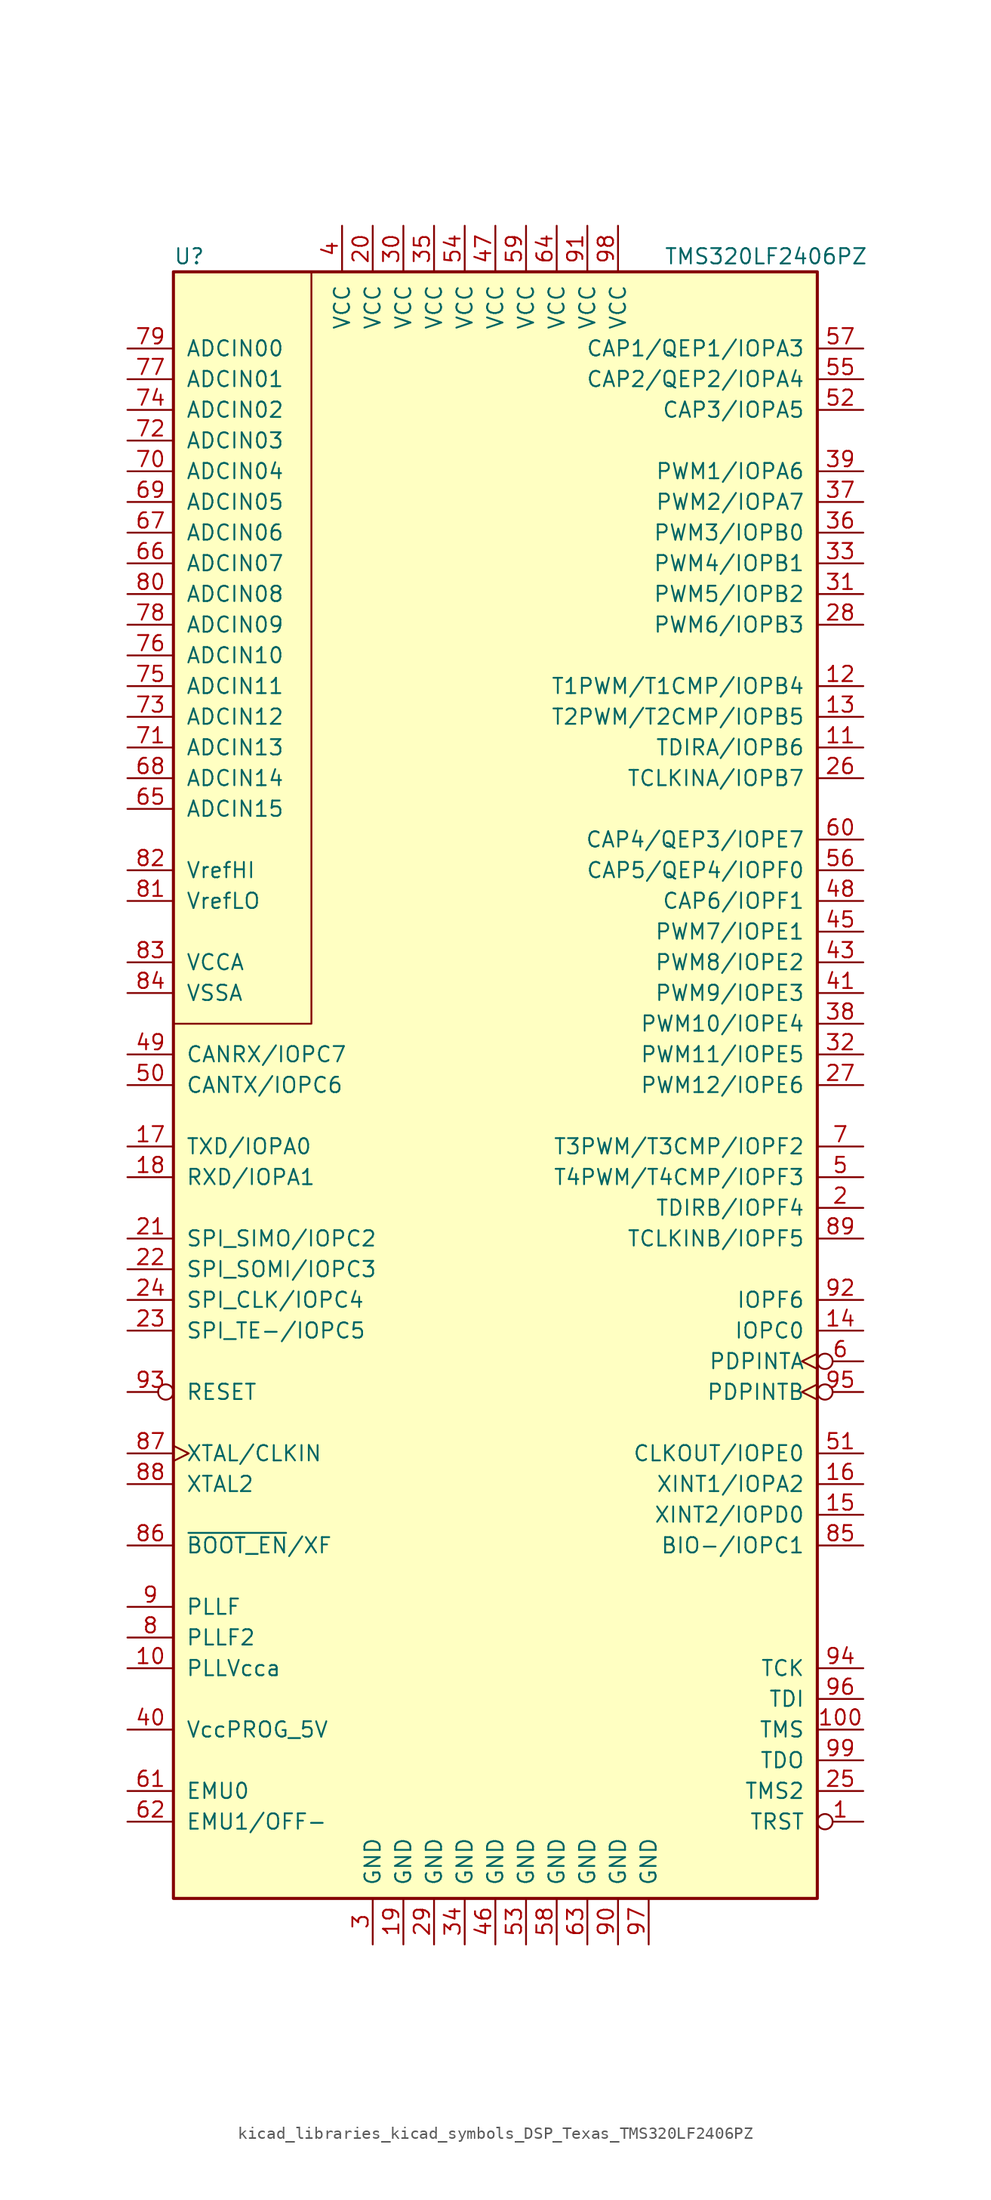
<source format=kicad_sym>
(kicad_symbol_lib
  (version 20220914)
  (generator kicad_symbol_editor)
  (symbol "kicad_libraries_kicad_symbols_DSP_Texas_TMS320LF2406PZ"
    (pin_names
      (offset 1.016))
    (property "Reference" "U"
      (at -26.67 66.04 0)
      (effects (font (size 1.27 1.27)) (justify left)))
    (property "Value" "TMS320LF2406PZ"
      (at 13.97 66.04 0)
      (effects (font (size 1.27 1.27)) (justify left)))
    (symbol "kicad_libraries_kicad_symbols_DSP_Texas_TMS320LF2406PZ_0_1"
      (rectangle (start -26.67 64.77) (end 26.67 -69.85) (stroke (width 0.254) (type default)) (fill (type background)))
      (polyline (pts (xy -15.24 64.77) (xy -15.24 2.54) (xy -22.86 2.54) (xy -26.67 2.54)) (stroke (width 0) (type default)) (fill (type none))))
    (symbol "kicad_libraries_kicad_symbols_DSP_Texas_TMS320LF2406PZ_1_1"
      (pin input inverted (at 30.48 -63.5 180) (length 3.81) (name "TRST" (effects (font (size 1.27 1.27)))) (number "1" (effects (font (size 1.27 1.27)))))
      (pin passive line (at -30.48 -50.8 0) (length 3.81) (name "PLLVcca" (effects (font (size 1.27 1.27)))) (number "10" (effects (font (size 1.27 1.27)))))
      (pin input line (at 30.48 -55.88 180) (length 3.81) (name "TMS" (effects (font (size 1.27 1.27)))) (number "100" (effects (font (size 1.27 1.27)))))
      (pin bidirectional line (at 30.48 25.4 180) (length 3.81) (name "TDIRA/IOPB6" (effects (font (size 1.27 1.27)))) (number "11" (effects (font (size 1.27 1.27)))))
      (pin bidirectional line (at 30.48 30.48 180) (length 3.81) (name "T1PWM/T1CMP/IOPB4" (effects (font (size 1.27 1.27)))) (number "12" (effects (font (size 1.27 1.27)))))
      (pin bidirectional line (at 30.48 27.94 180) (length 3.81) (name "T2PWM/T2CMP/IOPB5" (effects (font (size 1.27 1.27)))) (number "13" (effects (font (size 1.27 1.27)))))
      (pin bidirectional line (at 30.48 -22.86 180) (length 3.81) (name "IOPC0" (effects (font (size 1.27 1.27)))) (number "14" (effects (font (size 1.27 1.27)))))
      (pin bidirectional line (at 30.48 -38.1 180) (length 3.81) (name "XINT2/IOPD0" (effects (font (size 1.27 1.27)))) (number "15" (effects (font (size 1.27 1.27)))))
      (pin bidirectional line (at 30.48 -35.56 180) (length 3.81) (name "XINT1/IOPA2" (effects (font (size 1.27 1.27)))) (number "16" (effects (font (size 1.27 1.27)))))
      (pin bidirectional line (at -30.48 -7.62 0) (length 3.81) (name "TXD/IOPA0" (effects (font (size 1.27 1.27)))) (number "17" (effects (font (size 1.27 1.27)))))
      (pin bidirectional line (at -30.48 -10.16 0) (length 3.81) (name "RXD/IOPA1" (effects (font (size 1.27 1.27)))) (number "18" (effects (font (size 1.27 1.27)))))
      (pin power_in line (at -7.62 -73.66 90) (length 3.81) (name "GND" (effects (font (size 1.27 1.27)))) (number "19" (effects (font (size 1.27 1.27)))))
      (pin bidirectional line (at 30.48 -12.7 180) (length 3.81) (name "TDIRB/IOPF4" (effects (font (size 1.27 1.27)))) (number "2" (effects (font (size 1.27 1.27)))))
      (pin power_in line (at -10.16 68.58 270) (length 3.81) (name "VCC" (effects (font (size 1.27 1.27)))) (number "20" (effects (font (size 1.27 1.27)))))
      (pin bidirectional line (at -30.48 -15.24 0) (length 3.81) (name "SPI_SIMO/IOPC2" (effects (font (size 1.27 1.27)))) (number "21" (effects (font (size 1.27 1.27)))))
      (pin bidirectional line (at -30.48 -17.78 0) (length 3.81) (name "SPI_SOMI/IOPC3" (effects (font (size 1.27 1.27)))) (number "22" (effects (font (size 1.27 1.27)))))
      (pin bidirectional line (at -30.48 -22.86 0) (length 3.81) (name "SPI_TE-/IOPC5" (effects (font (size 1.27 1.27)))) (number "23" (effects (font (size 1.27 1.27)))))
      (pin bidirectional line (at -30.48 -20.32 0) (length 3.81) (name "SPI_CLK/IOPC4" (effects (font (size 1.27 1.27)))) (number "24" (effects (font (size 1.27 1.27)))))
      (pin input line (at 30.48 -60.96 180) (length 3.81) (name "TMS2" (effects (font (size 1.27 1.27)))) (number "25" (effects (font (size 1.27 1.27)))))
      (pin passive line (at 30.48 22.86 180) (length 3.81) (name "TCLKINA/IOPB7" (effects (font (size 1.27 1.27)))) (number "26" (effects (font (size 1.27 1.27)))))
      (pin bidirectional line (at 30.48 -2.54 180) (length 3.81) (name "PWM12/IOPE6" (effects (font (size 1.27 1.27)))) (number "27" (effects (font (size 1.27 1.27)))))
      (pin bidirectional line (at 30.48 35.56 180) (length 3.81) (name "PWM6/IOPB3" (effects (font (size 1.27 1.27)))) (number "28" (effects (font (size 1.27 1.27)))))
      (pin power_in line (at -5.08 -73.66 90) (length 3.81) (name "GND" (effects (font (size 1.27 1.27)))) (number "29" (effects (font (size 1.27 1.27)))))
      (pin power_in line (at -10.16 -73.66 90) (length 3.81) (name "GND" (effects (font (size 1.27 1.27)))) (number "3" (effects (font (size 1.27 1.27)))))
      (pin power_in line (at -7.62 68.58 270) (length 3.81) (name "VCC" (effects (font (size 1.27 1.27)))) (number "30" (effects (font (size 1.27 1.27)))))
      (pin bidirectional line (at 30.48 38.1 180) (length 3.81) (name "PWM5/IOPB2" (effects (font (size 1.27 1.27)))) (number "31" (effects (font (size 1.27 1.27)))))
      (pin bidirectional line (at 30.48 0 180) (length 3.81) (name "PWM11/IOPE5" (effects (font (size 1.27 1.27)))) (number "32" (effects (font (size 1.27 1.27)))))
      (pin bidirectional line (at 30.48 40.64 180) (length 3.81) (name "PWM4/IOPB1" (effects (font (size 1.27 1.27)))) (number "33" (effects (font (size 1.27 1.27)))))
      (pin power_in line (at -2.54 -73.66 90) (length 3.81) (name "GND" (effects (font (size 1.27 1.27)))) (number "34" (effects (font (size 1.27 1.27)))))
      (pin power_in line (at -5.08 68.58 270) (length 3.81) (name "VCC" (effects (font (size 1.27 1.27)))) (number "35" (effects (font (size 1.27 1.27)))))
      (pin bidirectional line (at 30.48 43.18 180) (length 3.81) (name "PWM3/IOPB0" (effects (font (size 1.27 1.27)))) (number "36" (effects (font (size 1.27 1.27)))))
      (pin bidirectional line (at 30.48 45.72 180) (length 3.81) (name "PWM2/IOPA7" (effects (font (size 1.27 1.27)))) (number "37" (effects (font (size 1.27 1.27)))))
      (pin bidirectional line (at 30.48 2.54 180) (length 3.81) (name "PWM10/IOPE4" (effects (font (size 1.27 1.27)))) (number "38" (effects (font (size 1.27 1.27)))))
      (pin bidirectional line (at 30.48 48.26 180) (length 3.81) (name "PWM1/IOPA6" (effects (font (size 1.27 1.27)))) (number "39" (effects (font (size 1.27 1.27)))))
      (pin power_in line (at -12.7 68.58 270) (length 3.81) (name "VCC" (effects (font (size 1.27 1.27)))) (number "4" (effects (font (size 1.27 1.27)))))
      (pin passive line (at -30.48 -55.88 0) (length 3.81) (name "VccPROG_5V" (effects (font (size 1.27 1.27)))) (number "40" (effects (font (size 1.27 1.27)))))
      (pin bidirectional line (at 30.48 5.08 180) (length 3.81) (name "PWM9/IOPE3" (effects (font (size 1.27 1.27)))) (number "41" (effects (font (size 1.27 1.27)))))
      (pin bidirectional line (at 30.48 7.62 180) (length 3.81) (name "PWM8/IOPE2" (effects (font (size 1.27 1.27)))) (number "43" (effects (font (size 1.27 1.27)))))
      (pin bidirectional line (at 30.48 10.16 180) (length 3.81) (name "PWM7/IOPE1" (effects (font (size 1.27 1.27)))) (number "45" (effects (font (size 1.27 1.27)))))
      (pin power_in line (at 0 -73.66 90) (length 3.81) (name "GND" (effects (font (size 1.27 1.27)))) (number "46" (effects (font (size 1.27 1.27)))))
      (pin power_in line (at 0 68.58 270) (length 3.81) (name "VCC" (effects (font (size 1.27 1.27)))) (number "47" (effects (font (size 1.27 1.27)))))
      (pin bidirectional line (at 30.48 12.7 180) (length 3.81) (name "CAP6/IOPF1" (effects (font (size 1.27 1.27)))) (number "48" (effects (font (size 1.27 1.27)))))
      (pin bidirectional line (at -30.48 0 0) (length 3.81) (name "CANRX/IOPC7" (effects (font (size 1.27 1.27)))) (number "49" (effects (font (size 1.27 1.27)))))
      (pin bidirectional line (at 30.48 -10.16 180) (length 3.81) (name "T4PWM/T4CMP/IOPF3" (effects (font (size 1.27 1.27)))) (number "5" (effects (font (size 1.27 1.27)))))
      (pin bidirectional line (at -30.48 -2.54 0) (length 3.81) (name "CANTX/IOPC6" (effects (font (size 1.27 1.27)))) (number "50" (effects (font (size 1.27 1.27)))))
      (pin bidirectional line (at 30.48 -33.02 180) (length 3.81) (name "CLKOUT/IOPE0" (effects (font (size 1.27 1.27)))) (number "51" (effects (font (size 1.27 1.27)))))
      (pin bidirectional line (at 30.48 53.34 180) (length 3.81) (name "CAP3/IOPA5" (effects (font (size 1.27 1.27)))) (number "52" (effects (font (size 1.27 1.27)))))
      (pin power_in line (at 2.54 -73.66 90) (length 3.81) (name "GND" (effects (font (size 1.27 1.27)))) (number "53" (effects (font (size 1.27 1.27)))))
      (pin power_in line (at -2.54 68.58 270) (length 3.81) (name "VCC" (effects (font (size 1.27 1.27)))) (number "54" (effects (font (size 1.27 1.27)))))
      (pin bidirectional line (at 30.48 55.88 180) (length 3.81) (name "CAP2/QEP2/IOPA4" (effects (font (size 1.27 1.27)))) (number "55" (effects (font (size 1.27 1.27)))))
      (pin passive line (at 30.48 15.24 180) (length 3.81) (name "CAP5/QEP4/IOPF0" (effects (font (size 1.27 1.27)))) (number "56" (effects (font (size 1.27 1.27)))))
      (pin bidirectional line (at 30.48 58.42 180) (length 3.81) (name "CAP1/QEP1/IOPA3" (effects (font (size 1.27 1.27)))) (number "57" (effects (font (size 1.27 1.27)))))
      (pin power_in line (at 5.08 -73.66 90) (length 3.81) (name "GND" (effects (font (size 1.27 1.27)))) (number "58" (effects (font (size 1.27 1.27)))))
      (pin power_in line (at 2.54 68.58 270) (length 3.81) (name "VCC" (effects (font (size 1.27 1.27)))) (number "59" (effects (font (size 1.27 1.27)))))
      (pin input inverted_clock (at 30.48 -25.4 180) (length 3.81) (name "PDPINTA" (effects (font (size 1.27 1.27)))) (number "6" (effects (font (size 1.27 1.27)))))
      (pin bidirectional line (at 30.48 17.78 180) (length 3.81) (name "CAP4/QEP3/IOPE7" (effects (font (size 1.27 1.27)))) (number "60" (effects (font (size 1.27 1.27)))))
      (pin bidirectional line (at -30.48 -60.96 0) (length 3.81) (name "EMU0" (effects (font (size 1.27 1.27)))) (number "61" (effects (font (size 1.27 1.27)))))
      (pin bidirectional line (at -30.48 -63.5 0) (length 3.81) (name "EMU1/OFF-" (effects (font (size 1.27 1.27)))) (number "62" (effects (font (size 1.27 1.27)))))
      (pin power_in line (at 7.62 -73.66 90) (length 3.81) (name "GND" (effects (font (size 1.27 1.27)))) (number "63" (effects (font (size 1.27 1.27)))))
      (pin power_in line (at 5.08 68.58 270) (length 3.81) (name "VCC" (effects (font (size 1.27 1.27)))) (number "64" (effects (font (size 1.27 1.27)))))
      (pin input line (at -30.48 20.32 0) (length 3.81) (name "ADCIN15" (effects (font (size 1.27 1.27)))) (number "65" (effects (font (size 1.27 1.27)))))
      (pin input line (at -30.48 40.64 0) (length 3.81) (name "ADCIN07" (effects (font (size 1.27 1.27)))) (number "66" (effects (font (size 1.27 1.27)))))
      (pin input line (at -30.48 43.18 0) (length 3.81) (name "ADCIN06" (effects (font (size 1.27 1.27)))) (number "67" (effects (font (size 1.27 1.27)))))
      (pin input line (at -30.48 22.86 0) (length 3.81) (name "ADCIN14" (effects (font (size 1.27 1.27)))) (number "68" (effects (font (size 1.27 1.27)))))
      (pin input line (at -30.48 45.72 0) (length 3.81) (name "ADCIN05" (effects (font (size 1.27 1.27)))) (number "69" (effects (font (size 1.27 1.27)))))
      (pin bidirectional line (at 30.48 -7.62 180) (length 3.81) (name "T3PWM/T3CMP/IOPF2" (effects (font (size 1.27 1.27)))) (number "7" (effects (font (size 1.27 1.27)))))
      (pin input line (at -30.48 48.26 0) (length 3.81) (name "ADCIN04" (effects (font (size 1.27 1.27)))) (number "70" (effects (font (size 1.27 1.27)))))
      (pin input line (at -30.48 25.4 0) (length 3.81) (name "ADCIN13" (effects (font (size 1.27 1.27)))) (number "71" (effects (font (size 1.27 1.27)))))
      (pin input line (at -30.48 50.8 0) (length 3.81) (name "ADCIN03" (effects (font (size 1.27 1.27)))) (number "72" (effects (font (size 1.27 1.27)))))
      (pin input line (at -30.48 27.94 0) (length 3.81) (name "ADCIN12" (effects (font (size 1.27 1.27)))) (number "73" (effects (font (size 1.27 1.27)))))
      (pin input line (at -30.48 53.34 0) (length 3.81) (name "ADCIN02" (effects (font (size 1.27 1.27)))) (number "74" (effects (font (size 1.27 1.27)))))
      (pin input line (at -30.48 30.48 0) (length 3.81) (name "ADCIN11" (effects (font (size 1.27 1.27)))) (number "75" (effects (font (size 1.27 1.27)))))
      (pin input line (at -30.48 33.02 0) (length 3.81) (name "ADCIN10" (effects (font (size 1.27 1.27)))) (number "76" (effects (font (size 1.27 1.27)))))
      (pin input line (at -30.48 55.88 0) (length 3.81) (name "ADCIN01" (effects (font (size 1.27 1.27)))) (number "77" (effects (font (size 1.27 1.27)))))
      (pin input line (at -30.48 35.56 0) (length 3.81) (name "ADCIN09" (effects (font (size 1.27 1.27)))) (number "78" (effects (font (size 1.27 1.27)))))
      (pin input line (at -30.48 58.42 0) (length 3.81) (name "ADCIN00" (effects (font (size 1.27 1.27)))) (number "79" (effects (font (size 1.27 1.27)))))
      (pin passive line (at -30.48 -48.26 0) (length 3.81) (name "PLLF2" (effects (font (size 1.27 1.27)))) (number "8" (effects (font (size 1.27 1.27)))))
      (pin input line (at -30.48 38.1 0) (length 3.81) (name "ADCIN08" (effects (font (size 1.27 1.27)))) (number "80" (effects (font (size 1.27 1.27)))))
      (pin passive line (at -30.48 12.7 0) (length 3.81) (name "VrefLO" (effects (font (size 1.27 1.27)))) (number "81" (effects (font (size 1.27 1.27)))))
      (pin passive line (at -30.48 15.24 0) (length 3.81) (name "VrefHI" (effects (font (size 1.27 1.27)))) (number "82" (effects (font (size 1.27 1.27)))))
      (pin power_in line (at -30.48 7.62 0) (length 3.81) (name "VCCA" (effects (font (size 1.27 1.27)))) (number "83" (effects (font (size 1.27 1.27)))))
      (pin power_in line (at -30.48 5.08 0) (length 3.81) (name "VSSA" (effects (font (size 1.27 1.27)))) (number "84" (effects (font (size 1.27 1.27)))))
      (pin bidirectional line (at 30.48 -40.64 180) (length 3.81) (name "BIO-/IOPC1" (effects (font (size 1.27 1.27)))) (number "85" (effects (font (size 1.27 1.27)))))
      (pin output line (at -30.48 -40.64 0) (length 3.81) (name "~{BOOT_EN}/XF" (effects (font (size 1.27 1.27)))) (number "86" (effects (font (size 1.27 1.27)))))
      (pin input clock (at -30.48 -33.02 0) (length 3.81) (name "XTAL/CLKIN" (effects (font (size 1.27 1.27)))) (number "87" (effects (font (size 1.27 1.27)))))
      (pin output line (at -30.48 -35.56 0) (length 3.81) (name "XTAL2" (effects (font (size 1.27 1.27)))) (number "88" (effects (font (size 1.27 1.27)))))
      (pin bidirectional line (at 30.48 -15.24 180) (length 3.81) (name "TCLKINB/IOPF5" (effects (font (size 1.27 1.27)))) (number "89" (effects (font (size 1.27 1.27)))))
      (pin passive line (at -30.48 -45.72 0) (length 3.81) (name "PLLF" (effects (font (size 1.27 1.27)))) (number "9" (effects (font (size 1.27 1.27)))))
      (pin power_in line (at 10.16 -73.66 90) (length 3.81) (name "GND" (effects (font (size 1.27 1.27)))) (number "90" (effects (font (size 1.27 1.27)))))
      (pin power_in line (at 7.62 68.58 270) (length 3.81) (name "VCC" (effects (font (size 1.27 1.27)))) (number "91" (effects (font (size 1.27 1.27)))))
      (pin bidirectional line (at 30.48 -20.32 180) (length 3.81) (name "IOPF6" (effects (font (size 1.27 1.27)))) (number "92" (effects (font (size 1.27 1.27)))))
      (pin input inverted (at -30.48 -27.94 0) (length 3.81) (name "RESET" (effects (font (size 1.27 1.27)))) (number "93" (effects (font (size 1.27 1.27)))))
      (pin input line (at 30.48 -50.8 180) (length 3.81) (name "TCK" (effects (font (size 1.27 1.27)))) (number "94" (effects (font (size 1.27 1.27)))))
      (pin input inverted_clock (at 30.48 -27.94 180) (length 3.81) (name "PDPINTB" (effects (font (size 1.27 1.27)))) (number "95" (effects (font (size 1.27 1.27)))))
      (pin input line (at 30.48 -53.34 180) (length 3.81) (name "TDI" (effects (font (size 1.27 1.27)))) (number "96" (effects (font (size 1.27 1.27)))))
      (pin power_in line (at 12.7 -73.66 90) (length 3.81) (name "GND" (effects (font (size 1.27 1.27)))) (number "97" (effects (font (size 1.27 1.27)))))
      (pin power_in line (at 10.16 68.58 270) (length 3.81) (name "VCC" (effects (font (size 1.27 1.27)))) (number "98" (effects (font (size 1.27 1.27)))))
      (pin output line (at 30.48 -58.42 180) (length 3.81) (name "TDO" (effects (font (size 1.27 1.27)))) (number "99" (effects (font (size 1.27 1.27))))))))
</source>
